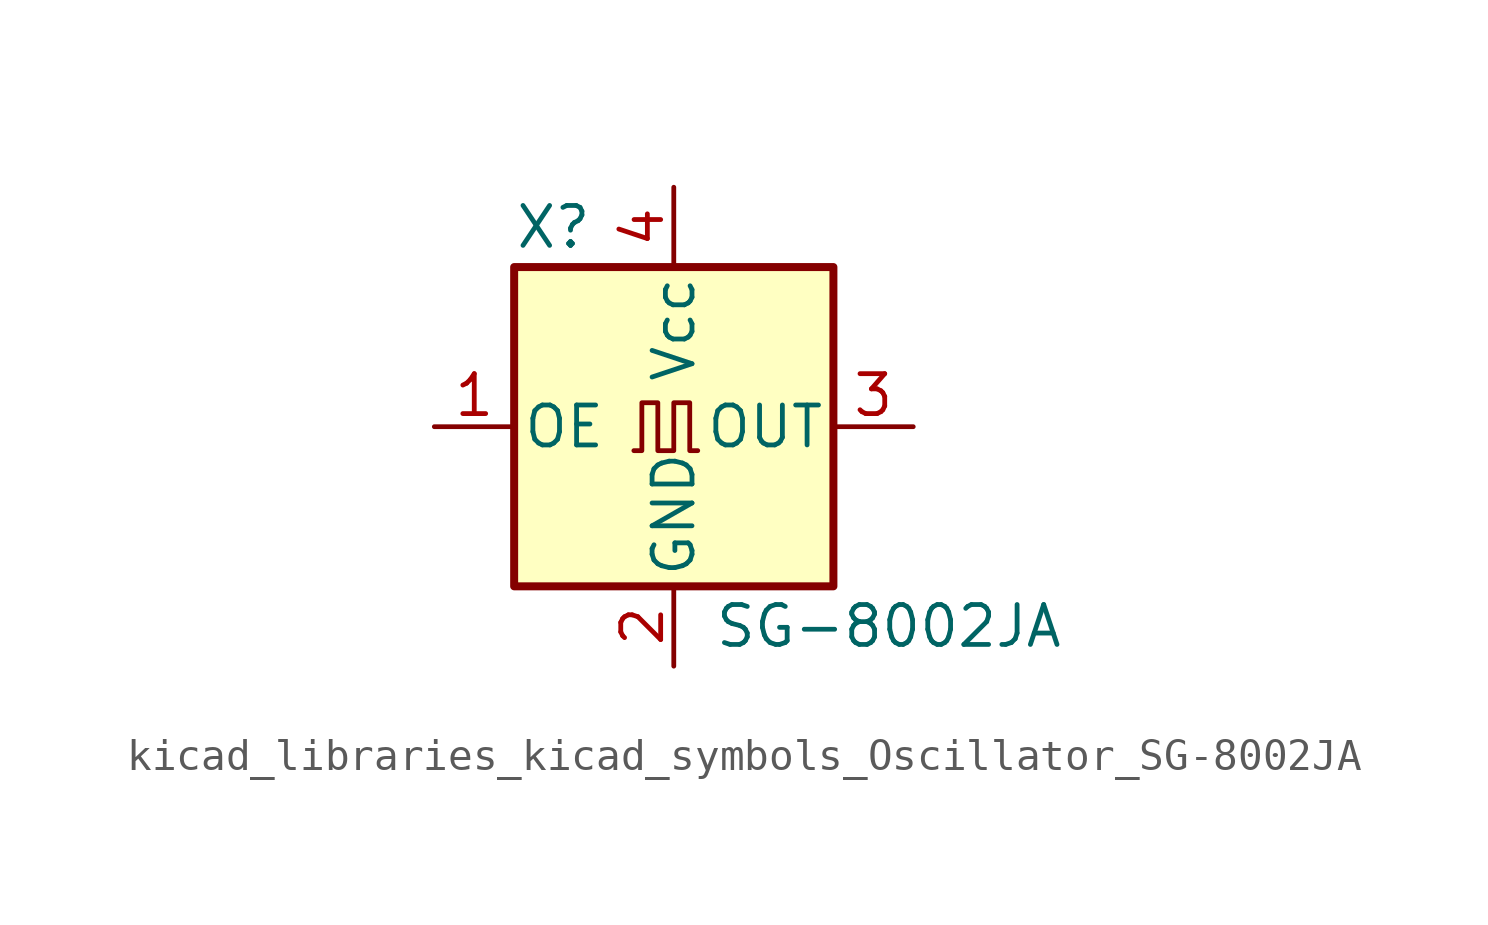
<source format=kicad_sym>
(kicad_symbol_lib
  (version 20220914)
  (generator kicad_symbol_editor)
  (symbol "kicad_libraries_kicad_symbols_Oscillator_SG-8002JA"
    (pin_names
      (offset 0.254))
    (property "Reference" "X"
      (at -5.08 6.35 0)
      (effects (font (size 1.27 1.27)) (justify left)))
    (property "Value" "SG-8002JA"
      (at 1.27 -6.35 0)
      (effects (font (size 1.27 1.27)) (justify left)))
    (symbol "kicad_libraries_kicad_symbols_Oscillator_SG-8002JA_0_1"
      (rectangle (start -5.08 5.08) (end 5.08 -5.08) (stroke (width 0.254) (type default)) (fill (type background)))
      (polyline (pts (xy -1.27 -0.762) (xy -1.016 -0.762) (xy -1.016 0.762) (xy -0.508 0.762) (xy -0.508 -0.762) (xy 0 -0.762) (xy 0 0.762) (xy 0.508 0.762) (xy 0.508 -0.762) (xy 0.762 -0.762)) (stroke (width 0) (type default)) (fill (type none))))
    (symbol "kicad_libraries_kicad_symbols_Oscillator_SG-8002JA_1_1"
      (pin input line (at -7.62 0 0) (length 2.54) (name "OE" (effects (font (size 1.27 1.27)))) (number "1" (effects (font (size 1.27 1.27)))))
      (pin power_in line (at 0 -7.62 90) (length 2.54) (name "GND" (effects (font (size 1.27 1.27)))) (number "2" (effects (font (size 1.27 1.27)))))
      (pin output line (at 7.62 0 180) (length 2.54) (name "OUT" (effects (font (size 1.27 1.27)))) (number "3" (effects (font (size 1.27 1.27)))))
      (pin power_in line (at 0 7.62 270) (length 2.54) (name "Vcc" (effects (font (size 1.27 1.27)))) (number "4" (effects (font (size 1.27 1.27))))))))
</source>
